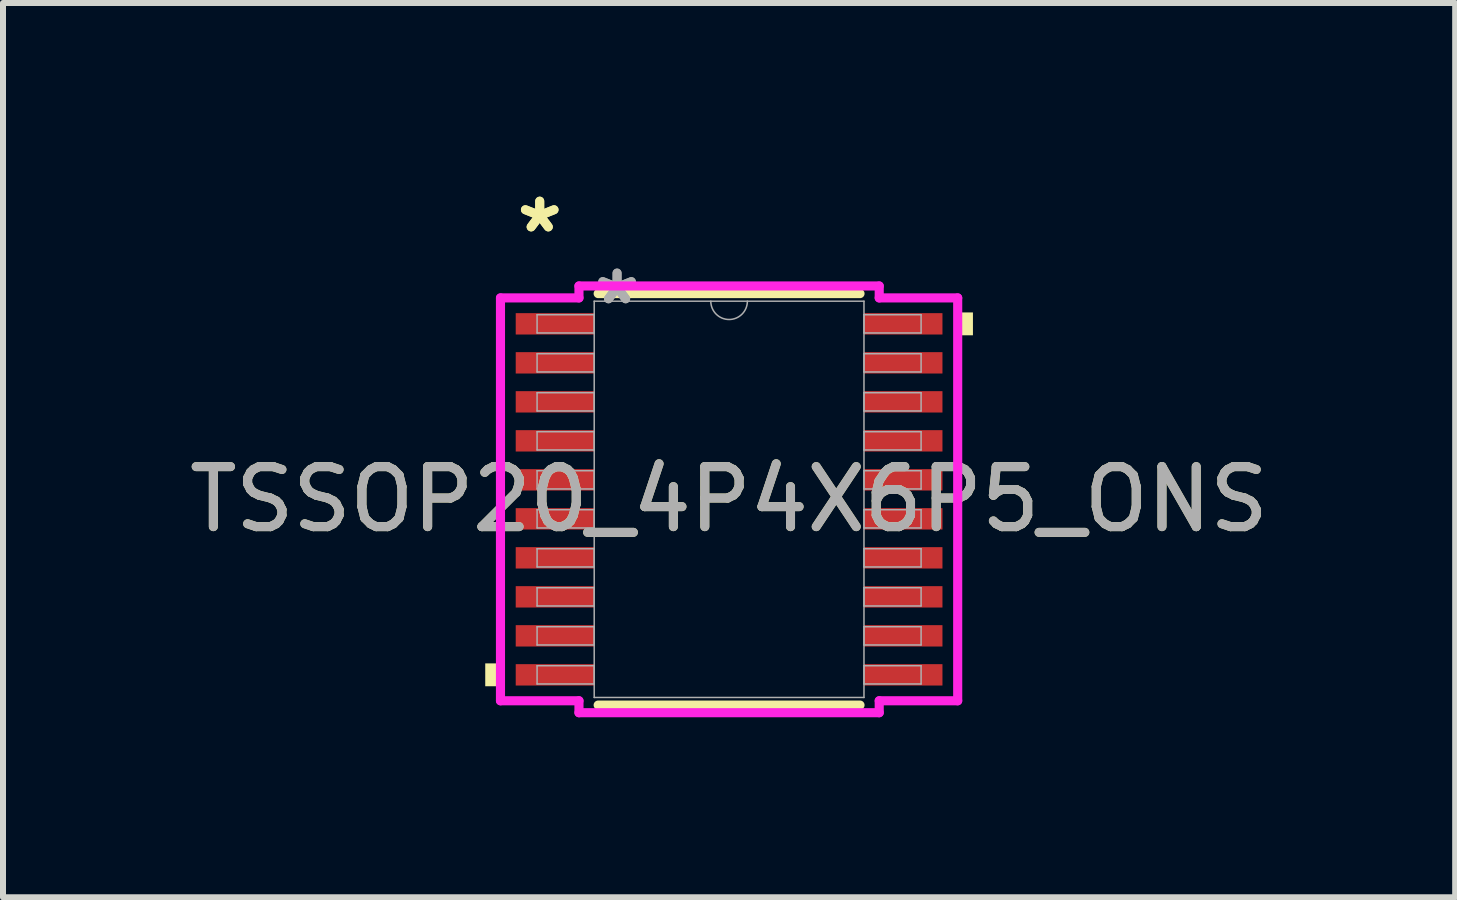
<source format=kicad_pcb>
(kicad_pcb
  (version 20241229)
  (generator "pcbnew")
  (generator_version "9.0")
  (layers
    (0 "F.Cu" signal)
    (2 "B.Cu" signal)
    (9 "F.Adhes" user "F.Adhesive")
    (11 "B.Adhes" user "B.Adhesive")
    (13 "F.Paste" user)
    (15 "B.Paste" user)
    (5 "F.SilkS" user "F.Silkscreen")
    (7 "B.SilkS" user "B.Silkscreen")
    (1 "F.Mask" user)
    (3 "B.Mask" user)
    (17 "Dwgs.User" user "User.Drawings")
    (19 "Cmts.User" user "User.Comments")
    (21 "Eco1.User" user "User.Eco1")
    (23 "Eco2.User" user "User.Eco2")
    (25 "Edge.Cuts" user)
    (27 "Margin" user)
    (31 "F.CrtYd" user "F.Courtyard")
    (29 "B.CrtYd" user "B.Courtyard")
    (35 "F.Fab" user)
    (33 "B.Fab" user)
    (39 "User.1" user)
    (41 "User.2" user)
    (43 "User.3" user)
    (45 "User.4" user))
  (footprint "TSSOP20_4P4X6P5_ONS"
    (layer "F.Cu")
    (at 9.101 5.272)
    (property "Reference" "TSSOP20_4P4X6P5_ONS" (at 0 0 0) (unlocked yes) (layer "F.SilkS") (effects (font (size 1 1) (thickness 0.15))))
    (attr smd)
    (fp_line (start -2.182 3.429) (end 2.182 3.429) (stroke (width 0.152) (type solid)) (layer "F.SilkS"))
    (fp_line (start 2.182 -3.429) (end -2.182 -3.429) (stroke (width 0.152) (type solid)) (layer "F.SilkS"))
    (fp_poly (pts (xy -4.064 2.734) (xy -4.064 3.115) (xy -3.81 3.115) (xy -3.81 2.734)) (stroke (width 0) (type solid)) (fill yes) (layer "F.SilkS"))
    (fp_poly (pts (xy 4.064 -3.115) (xy 4.064 -2.734) (xy 3.81 -2.734) (xy 3.81 -3.115)) (stroke (width 0) (type solid)) (fill yes) (layer "F.SilkS"))
    (fp_line (start -3.81 -3.357) (end -2.502 -3.357) (stroke (width 0.152) (type solid)) (layer "F.CrtYd"))
    (fp_line (start -3.81 3.357) (end -3.81 -3.357) (stroke (width 0.152) (type solid)) (layer "F.CrtYd"))
    (fp_line (start -3.81 3.357) (end -2.502 3.357) (stroke (width 0.152) (type solid)) (layer "F.CrtYd"))
    (fp_line (start -2.502 -3.556) (end 2.502 -3.556) (stroke (width 0.152) (type solid)) (layer "F.CrtYd"))
    (fp_line (start -2.502 -3.357) (end -2.502 -3.556) (stroke (width 0.152) (type solid)) (layer "F.CrtYd"))
    (fp_line (start -2.502 3.556) (end -2.502 3.357) (stroke (width 0.152) (type solid)) (layer "F.CrtYd"))
    (fp_line (start 2.502 -3.556) (end 2.502 -3.357) (stroke (width 0.152) (type solid)) (layer "F.CrtYd"))
    (fp_line (start 2.502 3.357) (end 2.502 3.556) (stroke (width 0.152) (type solid)) (layer "F.CrtYd"))
    (fp_line (start 2.502 3.556) (end -2.502 3.556) (stroke (width 0.152) (type solid)) (layer "F.CrtYd"))
    (fp_line (start 3.81 -3.357) (end 2.502 -3.357) (stroke (width 0.152) (type solid)) (layer "F.CrtYd"))
    (fp_line (start 3.81 -3.357) (end 3.81 3.357) (stroke (width 0.152) (type solid)) (layer "F.CrtYd"))
    (fp_line (start 3.81 3.357) (end 2.502 3.357) (stroke (width 0.152) (type solid)) (layer "F.CrtYd"))
    (fp_line (start -3.2 -3.077) (end -3.2 -2.773) (stroke (width 0.025) (type solid)) (layer "F.Fab"))
    (fp_line (start -3.2 -2.773) (end -2.248 -2.773) (stroke (width 0.025) (type solid)) (layer "F.Fab"))
    (fp_line (start -3.2 -2.427) (end -3.2 -2.123) (stroke (width 0.025) (type solid)) (layer "F.Fab"))
    (fp_line (start -3.2 -2.123) (end -2.248 -2.123) (stroke (width 0.025) (type solid)) (layer "F.Fab"))
    (fp_line (start -3.2 -1.777) (end -3.2 -1.473) (stroke (width 0.025) (type solid)) (layer "F.Fab"))
    (fp_line (start -3.2 -1.473) (end -2.248 -1.473) (stroke (width 0.025) (type solid)) (layer "F.Fab"))
    (fp_line (start -3.2 -1.127) (end -3.2 -0.823) (stroke (width 0.025) (type solid)) (layer "F.Fab"))
    (fp_line (start -3.2 -0.823) (end -2.248 -0.823) (stroke (width 0.025) (type solid)) (layer "F.Fab"))
    (fp_line (start -3.2 -0.477) (end -3.2 -0.173) (stroke (width 0.025) (type solid)) (layer "F.Fab"))
    (fp_line (start -3.2 -0.173) (end -2.248 -0.173) (stroke (width 0.025) (type solid)) (layer "F.Fab"))
    (fp_line (start -3.2 0.173) (end -3.2 0.477) (stroke (width 0.025) (type solid)) (layer "F.Fab"))
    (fp_line (start -3.2 0.477) (end -2.248 0.477) (stroke (width 0.025) (type solid)) (layer "F.Fab"))
    (fp_line (start -3.2 0.823) (end -3.2 1.127) (stroke (width 0.025) (type solid)) (layer "F.Fab"))
    (fp_line (start -3.2 1.127) (end -2.248 1.127) (stroke (width 0.025) (type solid)) (layer "F.Fab"))
    (fp_line (start -3.2 1.473) (end -3.2 1.777) (stroke (width 0.025) (type solid)) (layer "F.Fab"))
    (fp_line (start -3.2 1.777) (end -2.248 1.777) (stroke (width 0.025) (type solid)) (layer "F.Fab"))
    (fp_line (start -3.2 2.123) (end -3.2 2.427) (stroke (width 0.025) (type solid)) (layer "F.Fab"))
    (fp_line (start -3.2 2.427) (end -2.248 2.427) (stroke (width 0.025) (type solid)) (layer "F.Fab"))
    (fp_line (start -3.2 2.773) (end -3.2 3.077) (stroke (width 0.025) (type solid)) (layer "F.Fab"))
    (fp_line (start -3.2 3.077) (end -2.248 3.077) (stroke (width 0.025) (type solid)) (layer "F.Fab"))
    (fp_line (start -2.248 -3.302) (end -2.248 3.302) (stroke (width 0.025) (type solid)) (layer "F.Fab"))
    (fp_line (start -2.248 -3.077) (end -3.2 -3.077) (stroke (width 0.025) (type solid)) (layer "F.Fab"))
    (fp_line (start -2.248 -2.773) (end -2.248 -3.077) (stroke (width 0.025) (type solid)) (layer "F.Fab"))
    (fp_line (start -2.248 -2.427) (end -3.2 -2.427) (stroke (width 0.025) (type solid)) (layer "F.Fab"))
    (fp_line (start -2.248 -2.123) (end -2.248 -2.427) (stroke (width 0.025) (type solid)) (layer "F.Fab"))
    (fp_line (start -2.248 -1.777) (end -3.2 -1.777) (stroke (width 0.025) (type solid)) (layer "F.Fab"))
    (fp_line (start -2.248 -1.473) (end -2.248 -1.777) (stroke (width 0.025) (type solid)) (layer "F.Fab"))
    (fp_line (start -2.248 -1.127) (end -3.2 -1.127) (stroke (width 0.025) (type solid)) (layer "F.Fab"))
    (fp_line (start -2.248 -0.823) (end -2.248 -1.127) (stroke (width 0.025) (type solid)) (layer "F.Fab"))
    (fp_line (start -2.248 -0.477) (end -3.2 -0.477) (stroke (width 0.025) (type solid)) (layer "F.Fab"))
    (fp_line (start -2.248 -0.173) (end -2.248 -0.477) (stroke (width 0.025) (type solid)) (layer "F.Fab"))
    (fp_line (start -2.248 0.173) (end -3.2 0.173) (stroke (width 0.025) (type solid)) (layer "F.Fab"))
    (fp_line (start -2.248 0.477) (end -2.248 0.173) (stroke (width 0.025) (type solid)) (layer "F.Fab"))
    (fp_line (start -2.248 0.823) (end -3.2 0.823) (stroke (width 0.025) (type solid)) (layer "F.Fab"))
    (fp_line (start -2.248 1.127) (end -2.248 0.823) (stroke (width 0.025) (type solid)) (layer "F.Fab"))
    (fp_line (start -2.248 1.473) (end -3.2 1.473) (stroke (width 0.025) (type solid)) (layer "F.Fab"))
    (fp_line (start -2.248 1.777) (end -2.248 1.473) (stroke (width 0.025) (type solid)) (layer "F.Fab"))
    (fp_line (start -2.248 2.123) (end -3.2 2.123) (stroke (width 0.025) (type solid)) (layer "F.Fab"))
    (fp_line (start -2.248 2.427) (end -2.248 2.123) (stroke (width 0.025) (type solid)) (layer "F.Fab"))
    (fp_line (start -2.248 2.773) (end -3.2 2.773) (stroke (width 0.025) (type solid)) (layer "F.Fab"))
    (fp_line (start -2.248 3.077) (end -2.248 2.773) (stroke (width 0.025) (type solid)) (layer "F.Fab"))
    (fp_line (start -2.248 3.302) (end 2.248 3.302) (stroke (width 0.025) (type solid)) (layer "F.Fab"))
    (fp_line (start 2.248 -3.302) (end -2.248 -3.302) (stroke (width 0.025) (type solid)) (layer "F.Fab"))
    (fp_line (start 2.248 -3.077) (end 2.248 -2.773) (stroke (width 0.025) (type solid)) (layer "F.Fab"))
    (fp_line (start 2.248 -2.773) (end 3.2 -2.773) (stroke (width 0.025) (type solid)) (layer "F.Fab"))
    (fp_line (start 2.248 -2.427) (end 2.248 -2.123) (stroke (width 0.025) (type solid)) (layer "F.Fab"))
    (fp_line (start 2.248 -2.123) (end 3.2 -2.123) (stroke (width 0.025) (type solid)) (layer "F.Fab"))
    (fp_line (start 2.248 -1.777) (end 2.248 -1.473) (stroke (width 0.025) (type solid)) (layer "F.Fab"))
    (fp_line (start 2.248 -1.473) (end 3.2 -1.473) (stroke (width 0.025) (type solid)) (layer "F.Fab"))
    (fp_line (start 2.248 -1.127) (end 2.248 -0.823) (stroke (width 0.025) (type solid)) (layer "F.Fab"))
    (fp_line (start 2.248 -0.823) (end 3.2 -0.823) (stroke (width 0.025) (type solid)) (layer "F.Fab"))
    (fp_line (start 2.248 -0.477) (end 2.248 -0.173) (stroke (width 0.025) (type solid)) (layer "F.Fab"))
    (fp_line (start 2.248 -0.173) (end 3.2 -0.173) (stroke (width 0.025) (type solid)) (layer "F.Fab"))
    (fp_line (start 2.248 0.173) (end 2.248 0.477) (stroke (width 0.025) (type solid)) (layer "F.Fab"))
    (fp_line (start 2.248 0.477) (end 3.2 0.477) (stroke (width 0.025) (type solid)) (layer "F.Fab"))
    (fp_line (start 2.248 0.823) (end 2.248 1.127) (stroke (width 0.025) (type solid)) (layer "F.Fab"))
    (fp_line (start 2.248 1.127) (end 3.2 1.127) (stroke (width 0.025) (type solid)) (layer "F.Fab"))
    (fp_line (start 2.248 1.473) (end 2.248 1.777) (stroke (width 0.025) (type solid)) (layer "F.Fab"))
    (fp_line (start 2.248 1.777) (end 3.2 1.777) (stroke (width 0.025) (type solid)) (layer "F.Fab"))
    (fp_line (start 2.248 2.123) (end 2.248 2.427) (stroke (width 0.025) (type solid)) (layer "F.Fab"))
    (fp_line (start 2.248 2.427) (end 3.2 2.427) (stroke (width 0.025) (type solid)) (layer "F.Fab"))
    (fp_line (start 2.248 2.773) (end 2.248 3.077) (stroke (width 0.025) (type solid)) (layer "F.Fab"))
    (fp_line (start 2.248 3.077) (end 3.2 3.077) (stroke (width 0.025) (type solid)) (layer "F.Fab"))
    (fp_line (start 2.248 3.302) (end 2.248 -3.302) (stroke (width 0.025) (type solid)) (layer "F.Fab"))
    (fp_line (start 3.2 -3.077) (end 2.248 -3.077) (stroke (width 0.025) (type solid)) (layer "F.Fab"))
    (fp_line (start 3.2 -2.773) (end 3.2 -3.077) (stroke (width 0.025) (type solid)) (layer "F.Fab"))
    (fp_line (start 3.2 -2.427) (end 2.248 -2.427) (stroke (width 0.025) (type solid)) (layer "F.Fab"))
    (fp_line (start 3.2 -2.123) (end 3.2 -2.427) (stroke (width 0.025) (type solid)) (layer "F.Fab"))
    (fp_line (start 3.2 -1.777) (end 2.248 -1.777) (stroke (width 0.025) (type solid)) (layer "F.Fab"))
    (fp_line (start 3.2 -1.473) (end 3.2 -1.777) (stroke (width 0.025) (type solid)) (layer "F.Fab"))
    (fp_line (start 3.2 -1.127) (end 2.248 -1.127) (stroke (width 0.025) (type solid)) (layer "F.Fab"))
    (fp_line (start 3.2 -0.823) (end 3.2 -1.127) (stroke (width 0.025) (type solid)) (layer "F.Fab"))
    (fp_line (start 3.2 -0.477) (end 2.248 -0.477) (stroke (width 0.025) (type solid)) (layer "F.Fab"))
    (fp_line (start 3.2 -0.173) (end 3.2 -0.477) (stroke (width 0.025) (type solid)) (layer "F.Fab"))
    (fp_line (start 3.2 0.173) (end 2.248 0.173) (stroke (width 0.025) (type solid)) (layer "F.Fab"))
    (fp_line (start 3.2 0.477) (end 3.2 0.173) (stroke (width 0.025) (type solid)) (layer "F.Fab"))
    (fp_line (start 3.2 0.823) (end 2.248 0.823) (stroke (width 0.025) (type solid)) (layer "F.Fab"))
    (fp_line (start 3.2 1.127) (end 3.2 0.823) (stroke (width 0.025) (type solid)) (layer "F.Fab"))
    (fp_line (start 3.2 1.473) (end 2.248 1.473) (stroke (width 0.025) (type solid)) (layer "F.Fab"))
    (fp_line (start 3.2 1.777) (end 3.2 1.473) (stroke (width 0.025) (type solid)) (layer "F.Fab"))
    (fp_line (start 3.2 2.123) (end 2.248 2.123) (stroke (width 0.025) (type solid)) (layer "F.Fab"))
    (fp_line (start 3.2 2.427) (end 3.2 2.123) (stroke (width 0.025) (type solid)) (layer "F.Fab"))
    (fp_line (start 3.2 2.773) (end 2.248 2.773) (stroke (width 0.025) (type solid)) (layer "F.Fab"))
    (fp_line (start 3.2 3.077) (end 3.2 2.773) (stroke (width 0.025) (type solid)) (layer "F.Fab"))
    (fp_arc (start 0.3048 -3.302) (mid 0 -2.9972) (end -0.3048 -3.302) (stroke (width 0.0254) (type solid)) (layer "F.Fab"))
    (fp_text user "*" (at -3.156 -4.424 0) (layer "F.SilkS") (effects (font (size 1 1) (thickness 0.15))))
    (fp_text user "*" (at -3.156 -4.424 0) (unlocked yes) (layer "F.SilkS") (effects (font (size 1 1) (thickness 0.15))))
    (fp_text user "*" (at -1.867 -3.226 0) (unlocked yes) (layer "F.Fab") (effects (font (size 1 1) (thickness 0.15))))
    (fp_text user "*" (at -1.867 -3.226 0) (layer "F.Fab") (effects (font (size 1 1) (thickness 0.15))))
    (fp_text user "${REFERENCE}" (at 0 0 0) (unlocked yes) (layer "F.Fab") (effects (font (size 1 1) (thickness 0.15))))
    (pad "1" smd rect (at -2.902 -2.925) (size 1.308 0.356) (layers "F.Cu" "F.Mask" "F.Paste"))
    (pad "2" smd rect (at -2.902 -2.275) (size 1.308 0.356) (layers "F.Cu" "F.Mask" "F.Paste"))
    (pad "3" smd rect (at -2.902 -1.625) (size 1.308 0.356) (layers "F.Cu" "F.Mask" "F.Paste"))
    (pad "4" smd rect (at -2.902 -0.975) (size 1.308 0.356) (layers "F.Cu" "F.Mask" "F.Paste"))
    (pad "5" smd rect (at -2.902 -0.325) (size 1.308 0.356) (layers "F.Cu" "F.Mask" "F.Paste"))
    (pad "6" smd rect (at -2.902 0.325) (size 1.308 0.356) (layers "F.Cu" "F.Mask" "F.Paste"))
    (pad "7" smd rect (at -2.902 0.975) (size 1.308 0.356) (layers "F.Cu" "F.Mask" "F.Paste"))
    (pad "8" smd rect (at -2.902 1.625) (size 1.308 0.356) (layers "F.Cu" "F.Mask" "F.Paste"))
    (pad "9" smd rect (at -2.902 2.275) (size 1.308 0.356) (layers "F.Cu" "F.Mask" "F.Paste"))
    (pad "10" smd rect (at -2.902 2.925) (size 1.308 0.356) (layers "F.Cu" "F.Mask" "F.Paste"))
    (pad "11" smd rect (at 2.902 2.925) (size 1.308 0.356) (layers "F.Cu" "F.Mask" "F.Paste"))
    (pad "12" smd rect (at 2.902 2.275) (size 1.308 0.356) (layers "F.Cu" "F.Mask" "F.Paste"))
    (pad "13" smd rect (at 2.902 1.625) (size 1.308 0.356) (layers "F.Cu" "F.Mask" "F.Paste"))
    (pad "14" smd rect (at 2.902 0.975) (size 1.308 0.356) (layers "F.Cu" "F.Mask" "F.Paste"))
    (pad "15" smd rect (at 2.902 0.325) (size 1.308 0.356) (layers "F.Cu" "F.Mask" "F.Paste"))
    (pad "16" smd rect (at 2.902 -0.325) (size 1.308 0.356) (layers "F.Cu" "F.Mask" "F.Paste"))
    (pad "17" smd rect (at 2.902 -0.975) (size 1.308 0.356) (layers "F.Cu" "F.Mask" "F.Paste"))
    (pad "18" smd rect (at 2.902 -1.625) (size 1.308 0.356) (layers "F.Cu" "F.Mask" "F.Paste"))
    (pad "19" smd rect (at 2.902 -2.275) (size 1.308 0.356) (layers "F.Cu" "F.Mask" "F.Paste"))
    (pad "20" smd rect (at 2.902 -2.925) (size 1.308 0.356) (layers "F.Cu" "F.Mask" "F.Paste")))
  (gr_rect
    (start -3 -3)
    (end 21.202 11.904)
    (stroke (width 0.1) (type default))
    (fill no)
    (layer "Edge.Cuts")))
</source>
